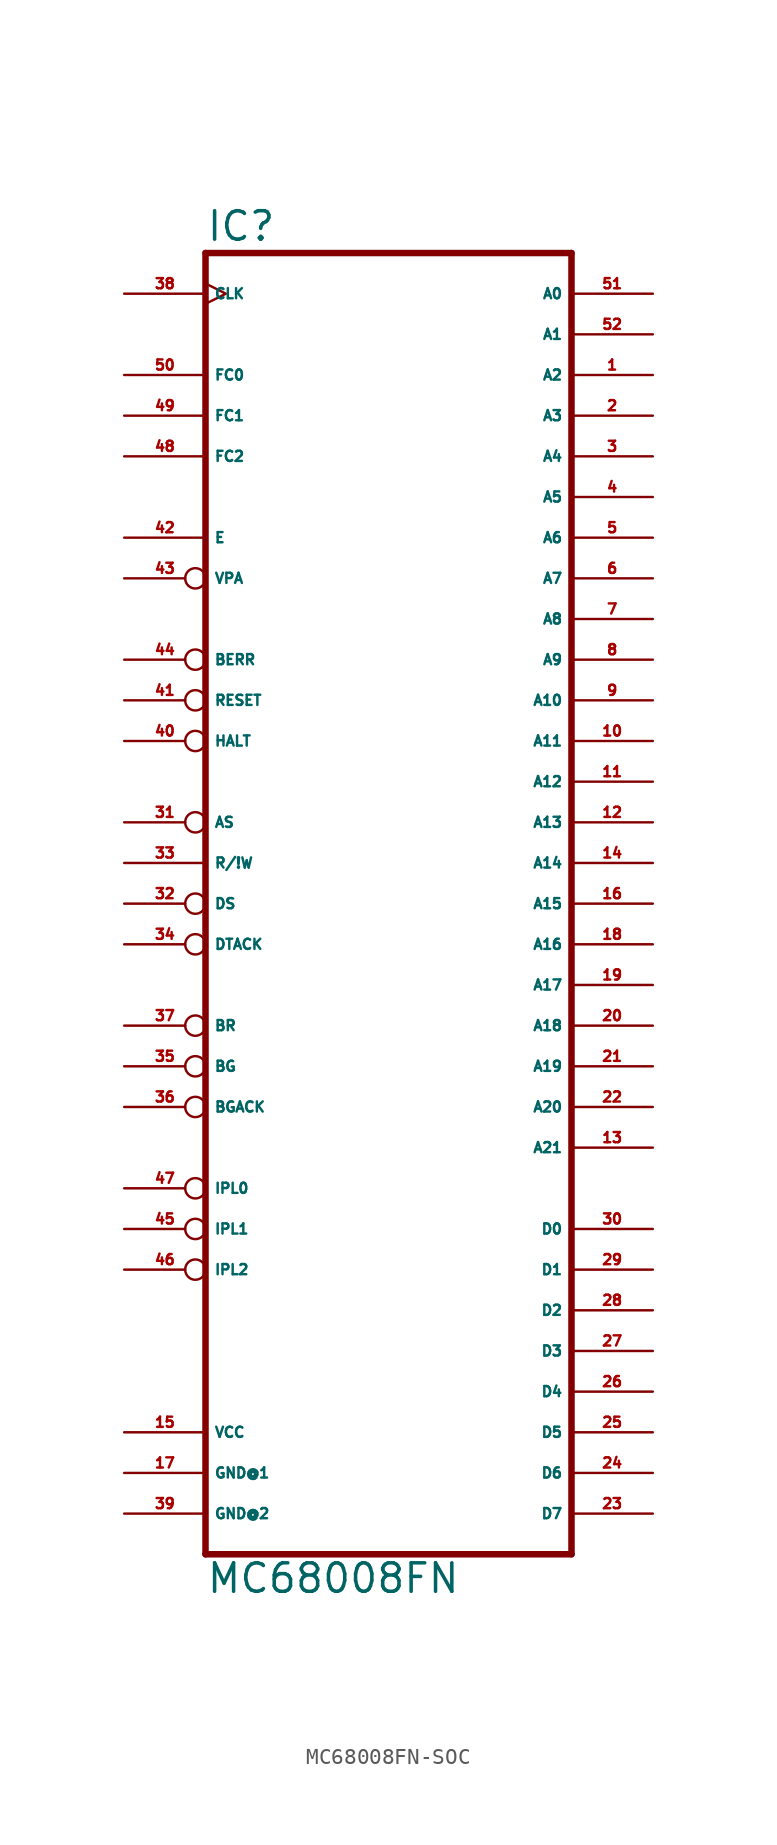
<source format=kicad_sym>
(kicad_symbol_lib
  (version 20220914)
  (generator Eagle2Kicad)
  (symbol "MC68008FN-SOC"
    (property "Reference" "IC"
      (at -15.24 41.275 0)
      (effects (font (size 1.778 1.778) (thickness 0.22)) (justify left bottom)))
    (property "Value" "MC68008FN"
      (at -15.24 -43.18 0)
      (effects (font (size 1.778 1.778) (thickness 0.22)) (justify left bottom)))
    (polyline
      (pts (xy -15.24 -40.64) (xy 7.62 -40.64))
      (stroke (width 0.406) (type default))
      (fill (type none)))
    (polyline
      (pts (xy 7.62 -40.64) (xy 7.62 40.64))
      (stroke (width 0.406) (type default))
      (fill (type none)))
    (polyline
      (pts (xy 7.62 40.64) (xy -15.24 40.64))
      (stroke (width 0.406) (type default))
      (fill (type none)))
    (polyline
      (pts (xy -15.24 40.64) (xy -15.24 -40.64))
      (stroke (width 0.406) (type default))
      (fill (type none)))
    (pin output line
      (at 12.7 33.02 180)
      (length 5.08)
      (name "A2" (effects (font (size 0.635 0.635) (thickness 0.08)) (justify left bottom)))
      (number "1" (effects (font (size 0.635 0.635) (thickness 0.08)) (justify left bottom))))
    (pin output line
      (at 12.7 30.48 180)
      (length 5.08)
      (name "A3" (effects (font (size 0.635 0.635) (thickness 0.08)) (justify left bottom)))
      (number "2" (effects (font (size 0.635 0.635) (thickness 0.08)) (justify left bottom))))
    (pin output line
      (at 12.7 27.94 180)
      (length 5.08)
      (name "A4" (effects (font (size 0.635 0.635) (thickness 0.08)) (justify left bottom)))
      (number "3" (effects (font (size 0.635 0.635) (thickness 0.08)) (justify left bottom))))
    (pin output line
      (at 12.7 25.4 180)
      (length 5.08)
      (name "A5" (effects (font (size 0.635 0.635) (thickness 0.08)) (justify left bottom)))
      (number "4" (effects (font (size 0.635 0.635) (thickness 0.08)) (justify left bottom))))
    (pin output line
      (at 12.7 22.86 180)
      (length 5.08)
      (name "A6" (effects (font (size 0.635 0.635) (thickness 0.08)) (justify left bottom)))
      (number "5" (effects (font (size 0.635 0.635) (thickness 0.08)) (justify left bottom))))
    (pin output line
      (at 12.7 20.32 180)
      (length 5.08)
      (name "A7" (effects (font (size 0.635 0.635) (thickness 0.08)) (justify left bottom)))
      (number "6" (effects (font (size 0.635 0.635) (thickness 0.08)) (justify left bottom))))
    (pin output line
      (at 12.7 17.78 180)
      (length 5.08)
      (name "A8" (effects (font (size 0.635 0.635) (thickness 0.08)) (justify left bottom)))
      (number "7" (effects (font (size 0.635 0.635) (thickness 0.08)) (justify left bottom))))
    (pin output line
      (at 12.7 15.24 180)
      (length 5.08)
      (name "A9" (effects (font (size 0.635 0.635) (thickness 0.08)) (justify left bottom)))
      (number "8" (effects (font (size 0.635 0.635) (thickness 0.08)) (justify left bottom))))
    (pin output line
      (at 12.7 12.7 180)
      (length 5.08)
      (name "A10" (effects (font (size 0.635 0.635) (thickness 0.08)) (justify left bottom)))
      (number "9" (effects (font (size 0.635 0.635) (thickness 0.08)) (justify left bottom))))
    (pin output line
      (at 12.7 10.16 180)
      (length 5.08)
      (name "A11" (effects (font (size 0.635 0.635) (thickness 0.08)) (justify left bottom)))
      (number "10" (effects (font (size 0.635 0.635) (thickness 0.08)) (justify left bottom))))
    (pin output line
      (at 12.7 7.62 180)
      (length 5.08)
      (name "A12" (effects (font (size 0.635 0.635) (thickness 0.08)) (justify left bottom)))
      (number "11" (effects (font (size 0.635 0.635) (thickness 0.08)) (justify left bottom))))
    (pin output line
      (at 12.7 5.08 180)
      (length 5.08)
      (name "A13" (effects (font (size 0.635 0.635) (thickness 0.08)) (justify left bottom)))
      (number "12" (effects (font (size 0.635 0.635) (thickness 0.08)) (justify left bottom))))
    (pin output line
      (at 12.7 -15.24 180)
      (length 5.08)
      (name "A21" (effects (font (size 0.635 0.635) (thickness 0.08)) (justify left bottom)))
      (number "13" (effects (font (size 0.635 0.635) (thickness 0.08)) (justify left bottom))))
    (pin output line
      (at 12.7 2.54 180)
      (length 5.08)
      (name "A14" (effects (font (size 0.635 0.635) (thickness 0.08)) (justify left bottom)))
      (number "14" (effects (font (size 0.635 0.635) (thickness 0.08)) (justify left bottom))))
    (pin output line
      (at 12.7 0 180)
      (length 5.08)
      (name "A15" (effects (font (size 0.635 0.635) (thickness 0.08)) (justify left bottom)))
      (number "16" (effects (font (size 0.635 0.635) (thickness 0.08)) (justify left bottom))))
    (pin output line
      (at 12.7 -2.54 180)
      (length 5.08)
      (name "A16" (effects (font (size 0.635 0.635) (thickness 0.08)) (justify left bottom)))
      (number "18" (effects (font (size 0.635 0.635) (thickness 0.08)) (justify left bottom))))
    (pin output line
      (at 12.7 -5.08 180)
      (length 5.08)
      (name "A17" (effects (font (size 0.635 0.635) (thickness 0.08)) (justify left bottom)))
      (number "19" (effects (font (size 0.635 0.635) (thickness 0.08)) (justify left bottom))))
    (pin output line
      (at 12.7 -7.62 180)
      (length 5.08)
      (name "A18" (effects (font (size 0.635 0.635) (thickness 0.08)) (justify left bottom)))
      (number "20" (effects (font (size 0.635 0.635) (thickness 0.08)) (justify left bottom))))
    (pin output line
      (at 12.7 -10.16 180)
      (length 5.08)
      (name "A19" (effects (font (size 0.635 0.635) (thickness 0.08)) (justify left bottom)))
      (number "21" (effects (font (size 0.635 0.635) (thickness 0.08)) (justify left bottom))))
    (pin output line
      (at 12.7 -12.7 180)
      (length 5.08)
      (name "A20" (effects (font (size 0.635 0.635) (thickness 0.08)) (justify left bottom)))
      (number "22" (effects (font (size 0.635 0.635) (thickness 0.08)) (justify left bottom))))
    (pin bidirectional line
      (at 12.7 -38.1 180)
      (length 5.08)
      (name "D7" (effects (font (size 0.635 0.635) (thickness 0.08)) (justify left bottom)))
      (number "23" (effects (font (size 0.635 0.635) (thickness 0.08)) (justify left bottom))))
    (pin bidirectional line
      (at 12.7 -35.56 180)
      (length 5.08)
      (name "D6" (effects (font (size 0.635 0.635) (thickness 0.08)) (justify left bottom)))
      (number "24" (effects (font (size 0.635 0.635) (thickness 0.08)) (justify left bottom))))
    (pin bidirectional line
      (at 12.7 -33.02 180)
      (length 5.08)
      (name "D5" (effects (font (size 0.635 0.635) (thickness 0.08)) (justify left bottom)))
      (number "25" (effects (font (size 0.635 0.635) (thickness 0.08)) (justify left bottom))))
    (pin bidirectional line
      (at 12.7 -30.48 180)
      (length 5.08)
      (name "D4" (effects (font (size 0.635 0.635) (thickness 0.08)) (justify left bottom)))
      (number "26" (effects (font (size 0.635 0.635) (thickness 0.08)) (justify left bottom))))
    (pin bidirectional line
      (at 12.7 -27.94 180)
      (length 5.08)
      (name "D3" (effects (font (size 0.635 0.635) (thickness 0.08)) (justify left bottom)))
      (number "27" (effects (font (size 0.635 0.635) (thickness 0.08)) (justify left bottom))))
    (pin bidirectional line
      (at 12.7 -25.4 180)
      (length 5.08)
      (name "D2" (effects (font (size 0.635 0.635) (thickness 0.08)) (justify left bottom)))
      (number "28" (effects (font (size 0.635 0.635) (thickness 0.08)) (justify left bottom))))
    (pin bidirectional line
      (at 12.7 -22.86 180)
      (length 5.08)
      (name "D1" (effects (font (size 0.635 0.635) (thickness 0.08)) (justify left bottom)))
      (number "29" (effects (font (size 0.635 0.635) (thickness 0.08)) (justify left bottom))))
    (pin bidirectional line
      (at 12.7 -20.32 180)
      (length 5.08)
      (name "D0" (effects (font (size 0.635 0.635) (thickness 0.08)) (justify left bottom)))
      (number "30" (effects (font (size 0.635 0.635) (thickness 0.08)) (justify left bottom))))
    (pin output inverted
      (at -20.32 5.08 0)
      (length 5.08)
      (name "AS" (effects (font (size 0.635 0.635) (thickness 0.08)) (justify left bottom)))
      (number "31" (effects (font (size 0.635 0.635) (thickness 0.08)) (justify left bottom))))
    (pin output inverted
      (at -20.32 0 0)
      (length 5.08)
      (name "DS" (effects (font (size 0.635 0.635) (thickness 0.08)) (justify left bottom)))
      (number "32" (effects (font (size 0.635 0.635) (thickness 0.08)) (justify left bottom))))
    (pin output line
      (at -20.32 2.54 0)
      (length 5.08)
      (name "R/!W" (effects (font (size 0.635 0.635) (thickness 0.08)) (justify left bottom)))
      (number "33" (effects (font (size 0.635 0.635) (thickness 0.08)) (justify left bottom))))
    (pin input inverted
      (at -20.32 -2.54 0)
      (length 5.08)
      (name "DTACK" (effects (font (size 0.635 0.635) (thickness 0.08)) (justify left bottom)))
      (number "34" (effects (font (size 0.635 0.635) (thickness 0.08)) (justify left bottom))))
    (pin output inverted
      (at -20.32 -10.16 0)
      (length 5.08)
      (name "BG" (effects (font (size 0.635 0.635) (thickness 0.08)) (justify left bottom)))
      (number "35" (effects (font (size 0.635 0.635) (thickness 0.08)) (justify left bottom))))
    (pin input inverted
      (at -20.32 -12.7 0)
      (length 5.08)
      (name "BGACK" (effects (font (size 0.635 0.635) (thickness 0.08)) (justify left bottom)))
      (number "36" (effects (font (size 0.635 0.635) (thickness 0.08)) (justify left bottom))))
    (pin input inverted
      (at -20.32 -7.62 0)
      (length 5.08)
      (name "BR" (effects (font (size 0.635 0.635) (thickness 0.08)) (justify left bottom)))
      (number "37" (effects (font (size 0.635 0.635) (thickness 0.08)) (justify left bottom))))
    (pin input clock
      (at -20.32 38.1 0)
      (length 5.08)
      (name "CLK" (effects (font (size 0.635 0.635) (thickness 0.08)) (justify left bottom)))
      (number "38" (effects (font (size 0.635 0.635) (thickness 0.08)) (justify left bottom))))
    (pin bidirectional inverted
      (at -20.32 10.16 0)
      (length 5.08)
      (name "HALT" (effects (font (size 0.635 0.635) (thickness 0.08)) (justify left bottom)))
      (number "40" (effects (font (size 0.635 0.635) (thickness 0.08)) (justify left bottom))))
    (pin bidirectional inverted
      (at -20.32 12.7 0)
      (length 5.08)
      (name "RESET" (effects (font (size 0.635 0.635) (thickness 0.08)) (justify left bottom)))
      (number "41" (effects (font (size 0.635 0.635) (thickness 0.08)) (justify left bottom))))
    (pin output line
      (at -20.32 22.86 0)
      (length 5.08)
      (name "E" (effects (font (size 0.635 0.635) (thickness 0.08)) (justify left bottom)))
      (number "42" (effects (font (size 0.635 0.635) (thickness 0.08)) (justify left bottom))))
    (pin input inverted
      (at -20.32 20.32 0)
      (length 5.08)
      (name "VPA" (effects (font (size 0.635 0.635) (thickness 0.08)) (justify left bottom)))
      (number "43" (effects (font (size 0.635 0.635) (thickness 0.08)) (justify left bottom))))
    (pin input inverted
      (at -20.32 15.24 0)
      (length 5.08)
      (name "BERR" (effects (font (size 0.635 0.635) (thickness 0.08)) (justify left bottom)))
      (number "44" (effects (font (size 0.635 0.635) (thickness 0.08)) (justify left bottom))))
    (pin input inverted
      (at -20.32 -20.32 0)
      (length 5.08)
      (name "IPL1" (effects (font (size 0.635 0.635) (thickness 0.08)) (justify left bottom)))
      (number "45" (effects (font (size 0.635 0.635) (thickness 0.08)) (justify left bottom))))
    (pin input inverted
      (at -20.32 -22.86 0)
      (length 5.08)
      (name "IPL2" (effects (font (size 0.635 0.635) (thickness 0.08)) (justify left bottom)))
      (number "46" (effects (font (size 0.635 0.635) (thickness 0.08)) (justify left bottom))))
    (pin input inverted
      (at -20.32 -17.78 0)
      (length 5.08)
      (name "IPL0" (effects (font (size 0.635 0.635) (thickness 0.08)) (justify left bottom)))
      (number "47" (effects (font (size 0.635 0.635) (thickness 0.08)) (justify left bottom))))
    (pin output line
      (at -20.32 27.94 0)
      (length 5.08)
      (name "FC2" (effects (font (size 0.635 0.635) (thickness 0.08)) (justify left bottom)))
      (number "48" (effects (font (size 0.635 0.635) (thickness 0.08)) (justify left bottom))))
    (pin output line
      (at -20.32 30.48 0)
      (length 5.08)
      (name "FC1" (effects (font (size 0.635 0.635) (thickness 0.08)) (justify left bottom)))
      (number "49" (effects (font (size 0.635 0.635) (thickness 0.08)) (justify left bottom))))
    (pin output line
      (at -20.32 33.02 0)
      (length 5.08)
      (name "FC0" (effects (font (size 0.635 0.635) (thickness 0.08)) (justify left bottom)))
      (number "50" (effects (font (size 0.635 0.635) (thickness 0.08)) (justify left bottom))))
    (pin output line
      (at 12.7 38.1 180)
      (length 5.08)
      (name "A0" (effects (font (size 0.635 0.635) (thickness 0.08)) (justify left bottom)))
      (number "51" (effects (font (size 0.635 0.635) (thickness 0.08)) (justify left bottom))))
    (pin output line
      (at 12.7 35.56 180)
      (length 5.08)
      (name "A1" (effects (font (size 0.635 0.635) (thickness 0.08)) (justify left bottom)))
      (number "52" (effects (font (size 0.635 0.635) (thickness 0.08)) (justify left bottom))))
    (pin unspecified line
      (at -20.32 -33.02 0)
      (length 5.08)
      (name "VCC" (effects (font (size 0.635 0.635) (thickness 0.08)) (justify left bottom)))
      (number "15" (effects (font (size 0.635 0.635) (thickness 0.08)) (justify left bottom))))
    (pin unspecified line
      (at -20.32 -35.56 0)
      (length 5.08)
      (name "GND@1" (effects (font (size 0.635 0.635) (thickness 0.08)) (justify left bottom)))
      (number "17" (effects (font (size 0.635 0.635) (thickness 0.08)) (justify left bottom))))
    (pin unspecified line
      (at -20.32 -38.1 0)
      (length 5.08)
      (name "GND@2" (effects (font (size 0.635 0.635) (thickness 0.08)) (justify left bottom)))
      (number "39" (effects (font (size 0.635 0.635) (thickness 0.08)) (justify left bottom))))))
</source>
